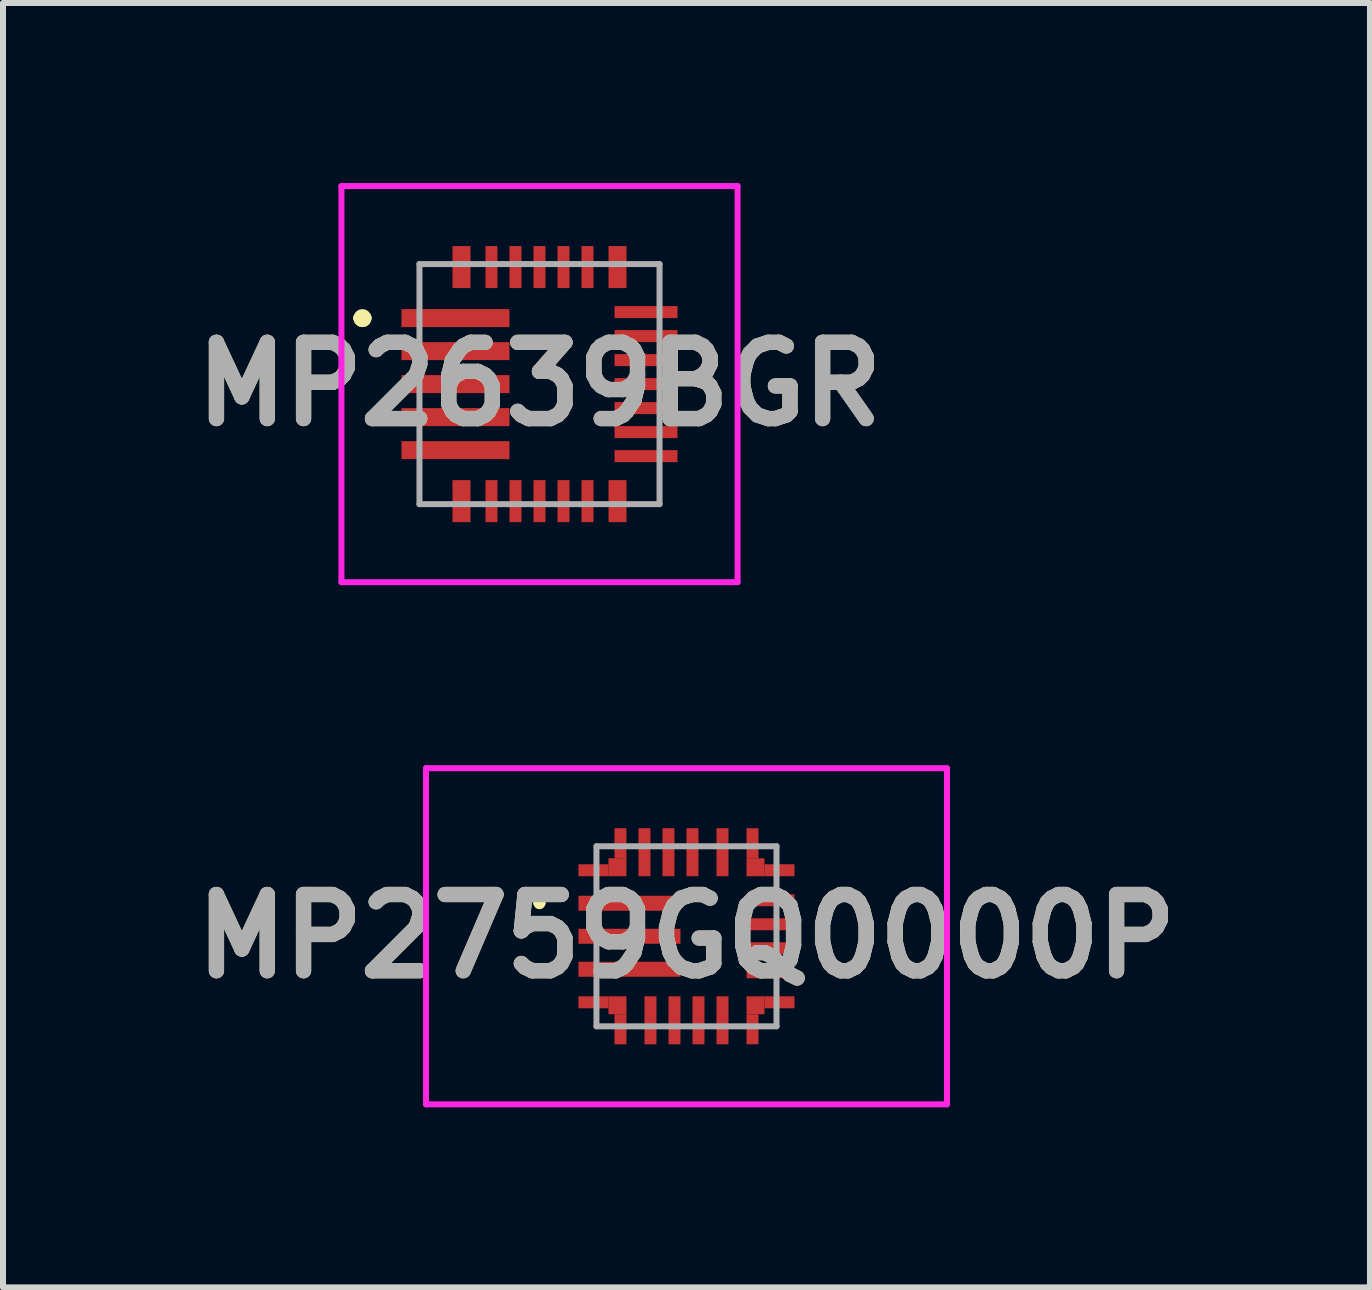
<source format=kicad_pcb>
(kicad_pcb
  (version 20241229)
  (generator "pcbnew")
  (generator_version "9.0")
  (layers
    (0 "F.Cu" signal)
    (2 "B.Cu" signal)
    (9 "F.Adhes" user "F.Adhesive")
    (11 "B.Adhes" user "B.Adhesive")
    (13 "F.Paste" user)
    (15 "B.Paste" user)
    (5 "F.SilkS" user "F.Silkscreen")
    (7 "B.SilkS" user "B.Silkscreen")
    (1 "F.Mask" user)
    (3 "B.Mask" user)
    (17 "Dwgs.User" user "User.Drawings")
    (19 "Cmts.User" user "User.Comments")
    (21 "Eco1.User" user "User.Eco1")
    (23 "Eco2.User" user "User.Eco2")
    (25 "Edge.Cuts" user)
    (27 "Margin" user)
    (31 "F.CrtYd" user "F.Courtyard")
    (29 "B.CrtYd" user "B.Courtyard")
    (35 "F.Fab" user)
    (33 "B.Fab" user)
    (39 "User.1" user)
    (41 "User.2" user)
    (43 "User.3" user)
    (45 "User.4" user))
  (footprint "MP2759GQ0000P"
    (layer "F.Cu")
    (at 8.388 12.55)
    (property "Reference" "MP2759GQ0000P" (at 0 0 0) (layer "F.SilkS") (effects (font (size 1.27 1.27) (thickness 0.254))))
    (attr smd)
    (fp_line (start -2.5 -0.55) (end -2.5 -0.55) (stroke (width 0.1) (type solid)) (layer "F.SilkS"))
    (fp_line (start -2.4 -0.55) (end -2.4 -0.55) (stroke (width 0.1) (type solid)) (layer "F.SilkS"))
    (fp_arc (start -2.5 -0.55) (mid -2.45 -0.6) (end -2.4 -0.55) (stroke (width 0.1) (type solid)) (layer "F.SilkS"))
    (fp_arc (start -2.4 -0.55) (mid -2.45 -0.5) (end -2.5 -0.55) (stroke (width 0.1) (type solid)) (layer "F.SilkS"))
    (fp_line (start -4.34 -2.8) (end 4.34 -2.8) (stroke (width 0.1) (type solid)) (layer "F.CrtYd"))
    (fp_line (start -4.34 2.8) (end -4.34 -2.8) (stroke (width 0.1) (type solid)) (layer "F.CrtYd"))
    (fp_line (start 4.34 -2.8) (end 4.34 2.8) (stroke (width 0.1) (type solid)) (layer "F.CrtYd"))
    (fp_line (start 4.34 2.8) (end -4.34 2.8) (stroke (width 0.1) (type solid)) (layer "F.CrtYd"))
    (fp_line (start -1.5 -1.5) (end 1.5 -1.5) (stroke (width 0.1) (type solid)) (layer "F.Fab"))
    (fp_line (start -1.5 1.5) (end -1.5 -1.5) (stroke (width 0.1) (type solid)) (layer "F.Fab"))
    (fp_line (start 1.5 -1.5) (end 1.5 1.5) (stroke (width 0.1) (type solid)) (layer "F.Fab"))
    (fp_line (start 1.5 1.5) (end -1.5 1.5) (stroke (width 0.1) (type solid)) (layer "F.Fab"))
    (fp_text user "${REFERENCE}" (at 0 0 0) (layer "F.Fab") (effects (font (size 1.27 1.27) (thickness 0.254))))
    (pad "1" smd rect (at -0.95 -0.55 90) (size 0.25 1.7) (layers "F.Cu" "F.Mask" "F.Paste"))
    (pad "2" smd rect (at -0.95 0 90) (size 0.25 1.7) (layers "F.Cu" "F.Mask" "F.Paste"))
    (pad "3" smd rect (at -0.95 0.55 90) (size 0.25 1.7) (layers "F.Cu" "F.Mask" "F.Paste"))
    (pad "4" smd rect (at -1.15 1.15 90) (size 0.3 0.3) (layers "F.Cu" "F.Mask" "F.Paste"))
    (pad "5" smd rect (at -0.6 1.4) (size 0.2 0.8) (layers "F.Cu" "F.Mask" "F.Paste"))
    (pad "6" smd rect (at -0.2 1.4) (size 0.2 0.8) (layers "F.Cu" "F.Mask" "F.Paste"))
    (pad "7" smd rect (at 0.2 1.4) (size 0.2 0.8) (layers "F.Cu" "F.Mask" "F.Paste"))
    (pad "8" smd rect (at 0.6 1.4) (size 0.2 0.8) (layers "F.Cu" "F.Mask" "F.Paste"))
    (pad "9" smd rect (at 1.15 1.15 90) (size 0.3 0.3) (layers "F.Cu" "F.Mask" "F.Paste"))
    (pad "10" smd rect (at 1.4 0.6 90) (size 0.2 0.8) (layers "F.Cu" "F.Mask" "F.Paste"))
    (pad "11" smd rect (at 1.4 0.2 90) (size 0.2 0.8) (layers "F.Cu" "F.Mask" "F.Paste"))
    (pad "12" smd rect (at 1.4 -0.2 90) (size 0.2 0.8) (layers "F.Cu" "F.Mask" "F.Paste"))
    (pad "13" smd rect (at 1.4 -0.6 90) (size 0.2 0.8) (layers "F.Cu" "F.Mask" "F.Paste"))
    (pad "14" smd rect (at 1.15 -1.15 90) (size 0.3 0.3) (layers "F.Cu" "F.Mask" "F.Paste"))
    (pad "15" smd rect (at 0.6 -1.4) (size 0.2 0.8) (layers "F.Cu" "F.Mask" "F.Paste"))
    (pad "16" smd rect (at 0.1 -1.4) (size 0.2 0.8) (layers "F.Cu" "F.Mask" "F.Paste"))
    (pad "17" smd rect (at -0.3 -1.4) (size 0.2 0.8) (layers "F.Cu" "F.Mask" "F.Paste"))
    (pad "18" smd rect (at -0.7 -1.4) (size 0.2 0.8) (layers "F.Cu" "F.Mask" "F.Paste"))
    (pad "19" smd rect (at -1.15 -1.15 90) (size 0.3 0.3) (layers "F.Cu" "F.Mask" "F.Paste"))
    (pad "20" smd rect (at -1.55 1.1 90) (size 0.2 0.5) (layers "F.Cu" "F.Mask" "F.Paste"))
    (pad "21" smd rect (at -1.1 1.55) (size 0.2 0.5) (layers "F.Cu" "F.Mask" "F.Paste"))
    (pad "22" smd rect (at 1.1 1.55) (size 0.2 0.5) (layers "F.Cu" "F.Mask" "F.Paste"))
    (pad "23" smd rect (at 1.55 1.1 90) (size 0.2 0.5) (layers "F.Cu" "F.Mask" "F.Paste"))
    (pad "24" smd rect (at 1.55 -1.1 90) (size 0.2 0.5) (layers "F.Cu" "F.Mask" "F.Paste"))
    (pad "25" smd rect (at 1.1 -1.55) (size 0.2 0.5) (layers "F.Cu" "F.Mask" "F.Paste"))
    (pad "26" smd rect (at -1.1 -1.55) (size 0.2 0.5) (layers "F.Cu" "F.Mask" "F.Paste"))
    (pad "27" smd rect (at -1.55 -1.1 90) (size 0.2 0.5) (layers "F.Cu" "F.Mask" "F.Paste")))
  (footprint "MP2639BGR"
    (layer "F.Cu")
    (at 5.939 3.35)
    (property "Reference" "MP2639BGR" (at 0 0 0) (layer "F.SilkS") (effects (font (size 1.27 1.27) (thickness 0.254))))
    (attr smd)
    (fp_line (start -3 -1.1) (end -3 -1.1) (stroke (width 0.2) (type solid)) (layer "F.SilkS"))
    (fp_line (start -3 -1.1) (end -3 -1.1) (stroke (width 0.2) (type solid)) (layer "F.SilkS"))
    (fp_line (start -2.9 -1.1) (end -2.9 -1.1) (stroke (width 0.2) (type solid)) (layer "F.SilkS"))
    (fp_arc (start -3 -1.1) (mid -2.95 -1.15) (end -2.9 -1.1) (stroke (width 0.2) (type solid)) (layer "F.SilkS"))
    (fp_arc (start -2.9 -1.1) (mid -2.95 -1.05) (end -3 -1.1) (stroke (width 0.2) (type solid)) (layer "F.SilkS"))
    (fp_arc (start -2.9 -1.1) (mid -2.95 -1.05) (end -3 -1.1) (stroke (width 0.2) (type solid)) (layer "F.SilkS"))
    (fp_line (start -3.3 -3.3) (end 3.3 -3.3) (stroke (width 0.1) (type solid)) (layer "F.CrtYd"))
    (fp_line (start -3.3 3.3) (end -3.3 -3.3) (stroke (width 0.1) (type solid)) (layer "F.CrtYd"))
    (fp_line (start 3.3 -3.3) (end 3.3 3.3) (stroke (width 0.1) (type solid)) (layer "F.CrtYd"))
    (fp_line (start 3.3 3.3) (end -3.3 3.3) (stroke (width 0.1) (type solid)) (layer "F.CrtYd"))
    (fp_line (start -2 -2) (end 2 -2) (stroke (width 0.1) (type solid)) (layer "F.Fab"))
    (fp_line (start -2 2) (end -2 -2) (stroke (width 0.1) (type solid)) (layer "F.Fab"))
    (fp_line (start 2 -2) (end 2 2) (stroke (width 0.1) (type solid)) (layer "F.Fab"))
    (fp_line (start 2 2) (end -2 2) (stroke (width 0.1) (type solid)) (layer "F.Fab"))
    (fp_text user "${REFERENCE}" (at 0 0 0) (layer "F.Fab") (effects (font (size 1.27 1.27) (thickness 0.254))))
    (pad "1" smd rect (at -1.4 -1.1 90) (size 0.3 1.8) (layers "F.Cu" "F.Mask" "F.Paste"))
    (pad "2" smd rect (at -1.4 -0.55 90) (size 0.3 1.8) (layers "F.Cu" "F.Mask" "F.Paste"))
    (pad "3" smd rect (at -1.4 0 90) (size 0.3 1.8) (layers "F.Cu" "F.Mask" "F.Paste"))
    (pad "4" smd rect (at -1.4 0.55 90) (size 0.3 1.8) (layers "F.Cu" "F.Mask" "F.Paste"))
    (pad "5" smd rect (at -1.4 1.1 90) (size 0.3 1.8) (layers "F.Cu" "F.Mask" "F.Paste"))
    (pad "6" smd rect (at -1.3 1.95) (size 0.3 0.7) (layers "F.Cu" "F.Mask" "F.Paste"))
    (pad "7" smd rect (at -0.8 1.95) (size 0.2 0.7) (layers "F.Cu" "F.Mask" "F.Paste"))
    (pad "8" smd rect (at -0.4 1.95) (size 0.2 0.7) (layers "F.Cu" "F.Mask" "F.Paste"))
    (pad "9" smd rect (at 0 1.95) (size 0.2 0.7) (layers "F.Cu" "F.Mask" "F.Paste"))
    (pad "10" smd rect (at 0.4 1.95) (size 0.2 0.7) (layers "F.Cu" "F.Mask" "F.Paste"))
    (pad "11" smd rect (at 0.8 1.95) (size 0.2 0.7) (layers "F.Cu" "F.Mask" "F.Paste"))
    (pad "12" smd rect (at 1.3 1.95) (size 0.3 0.7) (layers "F.Cu" "F.Mask" "F.Paste"))
    (pad "13" smd rect (at 1.775 1.2 90) (size 0.2 1.05) (layers "F.Cu" "F.Mask" "F.Paste"))
    (pad "14" smd rect (at 1.775 0.8 90) (size 0.2 1.05) (layers "F.Cu" "F.Mask" "F.Paste"))
    (pad "15" smd rect (at 1.775 0.4 90) (size 0.2 1.05) (layers "F.Cu" "F.Mask" "F.Paste"))
    (pad "16" smd rect (at 1.775 0 90) (size 0.2 1.05) (layers "F.Cu" "F.Mask" "F.Paste"))
    (pad "17" smd rect (at 1.775 -0.4 90) (size 0.2 1.05) (layers "F.Cu" "F.Mask" "F.Paste"))
    (pad "18" smd rect (at 1.775 -0.8 90) (size 0.2 1.05) (layers "F.Cu" "F.Mask" "F.Paste"))
    (pad "19" smd rect (at 1.775 -1.2 90) (size 0.2 1.05) (layers "F.Cu" "F.Mask" "F.Paste"))
    (pad "20" smd rect (at 1.3 -1.95) (size 0.3 0.7) (layers "F.Cu" "F.Mask" "F.Paste"))
    (pad "21" smd rect (at 0.8 -1.95) (size 0.2 0.7) (layers "F.Cu" "F.Mask" "F.Paste"))
    (pad "22" smd rect (at 0.4 -1.95) (size 0.2 0.7) (layers "F.Cu" "F.Mask" "F.Paste"))
    (pad "23" smd rect (at 0 -1.95) (size 0.2 0.7) (layers "F.Cu" "F.Mask" "F.Paste"))
    (pad "24" smd rect (at -0.4 -1.95) (size 0.2 0.7) (layers "F.Cu" "F.Mask" "F.Paste"))
    (pad "25" smd rect (at -0.8 -1.95) (size 0.2 0.7) (layers "F.Cu" "F.Mask" "F.Paste"))
    (pad "26" smd rect (at -1.3 -1.95) (size 0.3 0.7) (layers "F.Cu" "F.Mask" "F.Paste")))
  (gr_rect
    (start -3 -3)
    (end 19.776 18.4)
    (stroke (width 0.1) (type default))
    (fill no)
    (layer "Edge.Cuts")))
</source>
